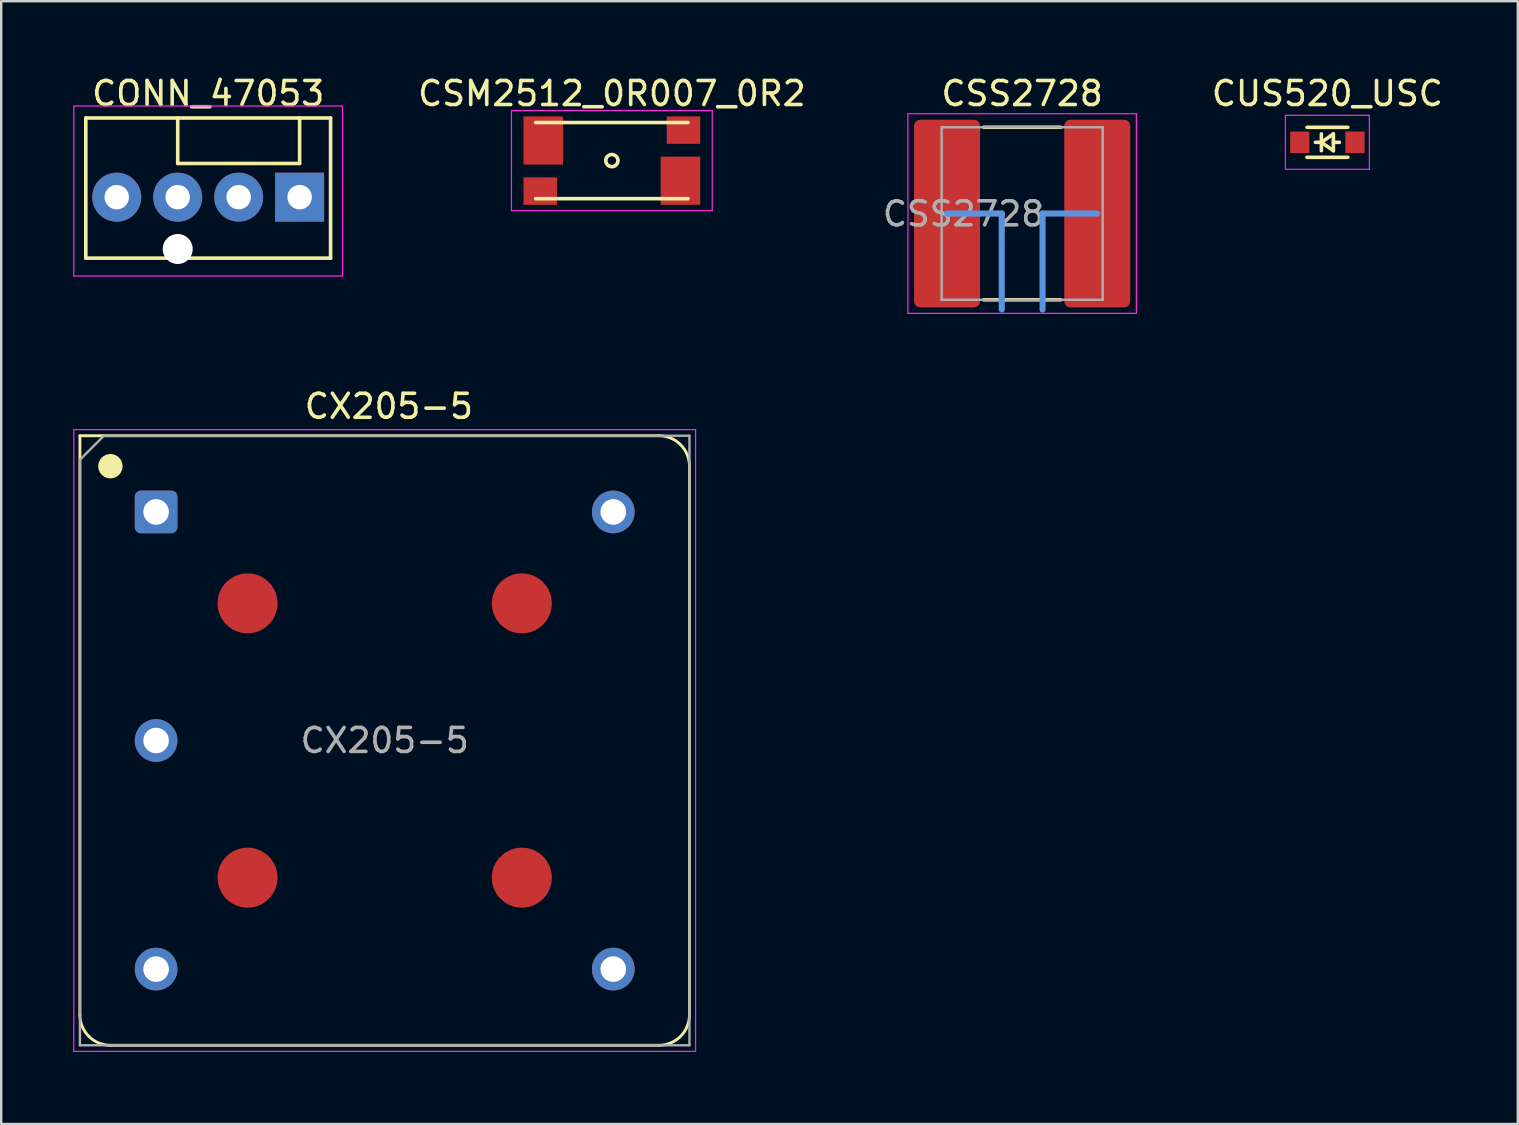
<source format=kicad_pcb>
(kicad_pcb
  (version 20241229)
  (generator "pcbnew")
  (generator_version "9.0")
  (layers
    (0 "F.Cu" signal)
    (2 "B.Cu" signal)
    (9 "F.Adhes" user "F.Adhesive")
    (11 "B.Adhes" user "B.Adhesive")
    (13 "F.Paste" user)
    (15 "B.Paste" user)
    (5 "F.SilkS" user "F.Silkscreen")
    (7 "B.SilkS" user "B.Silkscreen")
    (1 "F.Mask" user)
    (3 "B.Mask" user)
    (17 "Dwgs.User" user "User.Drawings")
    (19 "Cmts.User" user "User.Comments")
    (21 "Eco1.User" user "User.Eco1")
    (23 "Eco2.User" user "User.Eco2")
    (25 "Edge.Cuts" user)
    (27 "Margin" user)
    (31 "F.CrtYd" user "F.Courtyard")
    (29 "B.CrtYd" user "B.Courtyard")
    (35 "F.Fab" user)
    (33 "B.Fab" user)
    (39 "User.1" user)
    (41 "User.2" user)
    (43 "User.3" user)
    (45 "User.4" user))
  (footprint "CX205-5"
    (layer "F.Cu")
    (at 3.455 18.282)
    (property "Reference" "CX205-5" (at 9.7 -4.4 0) (layer "F.SilkS") (effects (font (size 1 1) (thickness 0.15))))
    (attr through_hole)
    (fp_line (start -3.175 -3.175) (end -3.175 20.955) (stroke (width 0.12) (type solid)) (layer "F.SilkS"))
    (fp_line (start -1.905 22.225) (end 20.955 22.225) (stroke (width 0.12) (type solid)) (layer "F.SilkS"))
    (fp_line (start 20.955 -3.175) (end -3.175 -3.175) (stroke (width 0.12) (type solid)) (layer "F.SilkS"))
    (fp_line (start 22.225 20.955) (end 22.225 -1.905) (stroke (width 0.12) (type solid)) (layer "F.SilkS"))
    (fp_arc (start -1.905 22.225) (mid -2.803026 21.853026) (end -3.175 20.955) (stroke (width 0.12) (type solid)) (layer "F.SilkS"))
    (fp_arc (start 20.955 -3.175) (mid 21.853026 -2.803026) (end 22.225 -1.905) (stroke (width 0.12) (type solid)) (layer "F.SilkS"))
    (fp_arc (start 22.225 20.955) (mid 21.853026 21.853026) (end 20.955 22.225) (stroke (width 0.12) (type solid)) (layer "F.SilkS"))
    (fp_circle (center -1.905 -1.905) (end -1.905 -1.651) (stroke (width 0.508) (type solid)) (fill no) (layer "F.SilkS"))
    (fp_line (start -3.43 -3.43) (end -3.43 22.48) (stroke (width 0.05) (type solid)) (layer "F.CrtYd"))
    (fp_line (start -3.43 22.48) (end 22.48 22.48) (stroke (width 0.05) (type solid)) (layer "F.CrtYd"))
    (fp_line (start 22.48 -3.43) (end -3.43 -3.43) (stroke (width 0.05) (type solid)) (layer "F.CrtYd"))
    (fp_line (start 22.48 22.48) (end 22.48 -3.43) (stroke (width 0.05) (type solid)) (layer "F.CrtYd"))
    (fp_line (start -3.175 -2.175) (end -3.175 22.225) (stroke (width 0.1) (type solid)) (layer "F.Fab"))
    (fp_line (start -3.175 22.225) (end 22.225 22.225) (stroke (width 0.1) (type solid)) (layer "F.Fab"))
    (fp_line (start -2.175 -3.175) (end -3.175 -2.175) (stroke (width 0.1) (type solid)) (layer "F.Fab"))
    (fp_line (start 22.225 -3.175) (end -2.175 -3.175) (stroke (width 0.1) (type solid)) (layer "F.Fab"))
    (fp_line (start 22.225 22.225) (end 22.225 -3.175) (stroke (width 0.1) (type solid)) (layer "F.Fab"))
    (fp_text user "${REFERENCE}" (at 9.525 9.525 0) (layer "F.Fab") (effects (font (size 1 1) (thickness 0.15))))
    (pad "1" thru_hole roundrect (at 0 0) (size 1.778 1.778) (drill 1.067) (layers "*.Cu" "*.Mask") (roundrect_rratio 0.141))
    (pad "2" thru_hole circle (at 0 9.525) (size 1.778 1.778) (drill 1.067) (layers "*.Cu" "*.Mask"))
    (pad "3" thru_hole circle (at 0 19.05) (size 1.778 1.778) (drill 1.067) (layers "*.Cu" "*.Mask"))
    (pad "4" thru_hole circle (at 19.05 19.05) (size 1.778 1.778) (drill 1.067) (layers "*.Cu" "*.Mask"))
    (pad "5" thru_hole circle (at 19.05 0) (size 1.778 1.778) (drill 1.067) (layers "*.Cu" "*.Mask"))
    (pad "~" smd circle (at 3.81 3.81) (size 2.5 2.5) (layers "F.Cu" "F.Mask"))
    (pad "~" smd circle (at 3.81 15.24) (size 2.5 2.5) (layers "F.Cu" "F.Mask"))
    (pad "~" smd circle (at 15.24 3.81) (size 2.5 2.5) (layers "F.Cu" "F.Mask"))
    (pad "~" smd circle (at 15.24 15.24) (size 2.5 2.5) (layers "F.Cu" "F.Mask")))
  (footprint "CSM2512_0R007_0R2"
    (layer "F.Cu")
    (at 22.446 3.642)
    (property "Reference" "CSM2512_0R007_0R2" (at 0 -2.794 0) (layer "F.SilkS") (effects (font (size 1 1) (thickness 0.15))))
    (attr through_hole)
    (fp_line (start 3.175 -1.587) (end -3.175 -1.587) (stroke (width 0.15) (type solid)) (layer "F.SilkS"))
    (fp_line (start 3.175 1.587) (end -3.175 1.587) (stroke (width 0.15) (type solid)) (layer "F.SilkS"))
    (fp_circle (center 0 0) (end 0.254 0) (stroke (width 0.15) (type solid)) (fill no) (layer "F.SilkS"))
    (fp_line (start -4.183 -2.087) (end -4.183 2.087) (stroke (width 0.05) (type solid)) (layer "F.CrtYd"))
    (fp_line (start -4.183 2.087) (end 4.183 2.087) (stroke (width 0.05) (type solid)) (layer "F.CrtYd"))
    (fp_line (start 4.183 -2.087) (end -4.183 -2.087) (stroke (width 0.05) (type solid)) (layer "F.CrtYd"))
    (fp_line (start 4.183 2.087) (end 4.183 -2.087) (stroke (width 0.05) (type solid)) (layer "F.CrtYd"))
    (pad "1" smd rect (at -2.857 -0.838) (size 1.651 2.007) (layers "F.Cu" "F.Mask" "F.Paste"))
    (pad "2" smd rect (at 2.857 0.838) (size 1.651 2.007) (layers "F.Cu" "F.Mask" "F.Paste"))
    (pad "3" smd rect (at -2.985 1.27) (size 1.397 1.143) (layers "F.Cu" "F.Mask" "F.Paste"))
    (pad "4" smd rect (at 2.985 -1.27) (size 1.397 1.143) (layers "F.Cu" "F.Mask" "F.Paste")))
  (footprint "CUS520_USC"
    (layer "F.Cu")
    (at 52.262 2.88)
    (property "Reference" "CUS520_USC" (at 0 -2.032 0) (layer "F.SilkS") (effects (font (size 1 1) (thickness 0.15))))
    (attr smd)
    (fp_line (start -0.85 -0.625) (end 0.85 -0.625) (stroke (width 0.15) (type solid)) (layer "F.SilkS"))
    (fp_line (start -0.85 0.625) (end 0.85 0.625) (stroke (width 0.15) (type solid)) (layer "F.SilkS"))
    (fp_line (start -0.25 -0.35) (end -0.25 0.35) (stroke (width 0.15) (type solid)) (layer "F.SilkS"))
    (fp_line (start -0.25 0) (end -0.5 0) (stroke (width 0.15) (type solid)) (layer "F.SilkS"))
    (fp_line (start -0.25 0) (end 0.25 -0.35) (stroke (width 0.15) (type solid)) (layer "F.SilkS"))
    (fp_line (start 0.25 -0.35) (end 0.25 0.35) (stroke (width 0.15) (type solid)) (layer "F.SilkS"))
    (fp_line (start 0.25 0) (end 0.5 0) (stroke (width 0.15) (type solid)) (layer "F.SilkS"))
    (fp_line (start 0.25 0.35) (end -0.25 0) (stroke (width 0.15) (type solid)) (layer "F.SilkS"))
    (fp_line (start -1.75 -1.125) (end -1.75 1.125) (stroke (width 0.05) (type solid)) (layer "F.CrtYd"))
    (fp_line (start -1.75 -1.125) (end 1.75 -1.125) (stroke (width 0.05) (type solid)) (layer "F.CrtYd"))
    (fp_line (start -1.75 1.125) (end 1.75 1.125) (stroke (width 0.05) (type solid)) (layer "F.CrtYd"))
    (fp_line (start 1.75 -1.125) (end 1.75 1.125) (stroke (width 0.05) (type solid)) (layer "F.CrtYd"))
    (pad "1" smd rect (at -1.15 0) (size 0.8 0.9) (layers "F.Cu" "F.Mask" "F.Paste"))
    (pad "2" smd rect (at 1.15 0) (size 0.8 0.9) (layers "F.Cu" "F.Mask" "F.Paste")))
  (footprint "CONN_47053"
    (layer "F.Cu")
    (at 5.625 5.166)
    (property "Reference" "CONN_47053" (at 0 -4.318 0) (layer "F.SilkS") (effects (font (size 1 1) (thickness 0.15))))
    (attr through_hole)
    (fp_line (start -5.1 -3.3) (end -5.1 2.54) (stroke (width 0.15) (type solid)) (layer "F.SilkS"))
    (fp_line (start -5.1 2.54) (end 5.1 2.54) (stroke (width 0.15) (type solid)) (layer "F.SilkS"))
    (fp_line (start -1.27 -3.3) (end -1.27 -1.405) (stroke (width 0.15) (type solid)) (layer "F.SilkS"))
    (fp_line (start -1.27 -1.405) (end 3.81 -1.405) (stroke (width 0.15) (type solid)) (layer "F.SilkS"))
    (fp_line (start 3.81 -1.405) (end 3.81 -3.3) (stroke (width 0.15) (type solid)) (layer "F.SilkS"))
    (fp_line (start 5.1 -3.3) (end -5.1 -3.3) (stroke (width 0.15) (type solid)) (layer "F.SilkS"))
    (fp_line (start 5.1 2.54) (end 5.1 -3.3) (stroke (width 0.15) (type solid)) (layer "F.SilkS"))
    (fp_line (start -5.6 -3.8) (end -5.6 3.285) (stroke (width 0.05) (type solid)) (layer "F.CrtYd"))
    (fp_line (start -5.6 3.285) (end 5.6 3.285) (stroke (width 0.05) (type solid)) (layer "F.CrtYd"))
    (fp_line (start 5.6 -3.8) (end -5.6 -3.8) (stroke (width 0.05) (type solid)) (layer "F.CrtYd"))
    (fp_line (start 5.6 3.285) (end 5.6 -3.8) (stroke (width 0.05) (type solid)) (layer "F.CrtYd"))
    (pad "" np_thru_hole circle (at -1.27 2.16) (size 1.25 1.25) (drill 1.25) (layers "*.Cu" "*.Mask"))
    (pad "1" thru_hole rect (at 3.81 0) (size 2.04 2.04) (drill 1.02) (layers "*.Cu" "*.Mask"))
    (pad "2" thru_hole circle (at 1.27 0) (size 2.04 2.04) (drill 1.02) (layers "*.Cu" "*.Mask"))
    (pad "3" thru_hole circle (at -1.27 0) (size 2.04 2.04) (drill 1.02) (layers "*.Cu" "*.Mask"))
    (pad "4" thru_hole circle (at -3.81 0) (size 2.04 2.04) (drill 1.02) (layers "*.Cu" "*.Mask")))
  (footprint "CSS2728"
    (layer "F.Cu")
    (at 39.543 5.848)
    (property "Reference" "CSS2728" (at 0 -5 0) (layer "F.SilkS") (effects (font (size 1 1) (thickness 0.15))))
    (attr smd)
    (fp_line (start -1.6 3.595) (end 1.6 3.595) (stroke (width 0.15) (type solid)) (layer "F.SilkS"))
    (fp_line (start 1.6 -3.595) (end -1.6 -3.595) (stroke (width 0.15) (type solid)) (layer "F.SilkS"))
    (fp_line (start -3.13 0) (end -0.85 0) (stroke (width 0.254) (type default)) (layer "Cmts.User"))
    (fp_line (start -0.85 0) (end -0.85 4) (stroke (width 0.254) (type default)) (layer "Cmts.User"))
    (fp_line (start 0.85 0) (end 0.85 4) (stroke (width 0.254) (type default)) (layer "Cmts.User"))
    (fp_line (start 0.85 0) (end 3.13 0) (stroke (width 0.254) (type default)) (layer "Cmts.User"))
    (fp_line (start -4.76 -4.16) (end 4.76 -4.16) (stroke (width 0.05) (type solid)) (layer "F.CrtYd"))
    (fp_line (start -4.76 4.16) (end -4.76 -4.16) (stroke (width 0.05) (type solid)) (layer "F.CrtYd"))
    (fp_line (start 4.76 -4.16) (end 4.76 4.16) (stroke (width 0.05) (type solid)) (layer "F.CrtYd"))
    (fp_line (start 4.76 4.16) (end -4.76 4.16) (stroke (width 0.05) (type solid)) (layer "F.CrtYd"))
    (fp_line (start -3.355 -3.595) (end -3.355 3.595) (stroke (width 0.1) (type default)) (layer "F.Fab"))
    (fp_line (start -3.355 3.595) (end 3.355 3.595) (stroke (width 0.1) (type default)) (layer "F.Fab"))
    (fp_line (start 3.355 -3.595) (end -3.355 -3.595) (stroke (width 0.1) (type default)) (layer "F.Fab"))
    (fp_line (start 3.355 3.595) (end 3.355 -3.595) (stroke (width 0.1) (type default)) (layer "F.Fab"))
    (fp_text user "${REFERENCE}" (at -5.9 0.6 0) (unlocked yes) (layer "F.Fab") (effects (font (size 1 1) (thickness 0.15)) (justify left bottom)))
    (pad "1" smd roundrect (at -3.13 0) (size 2.75 7.82) (layers "F.Cu" "F.Mask" "F.Paste") (roundrect_rratio 0.091))
    (pad "2" smd roundrect (at 3.13 0) (size 2.75 7.82) (layers "F.Cu" "F.Mask" "F.Paste") (roundrect_rratio 0.091)))
  (gr_rect
    (start -3 -3)
    (end 60.197 43.786)
    (stroke (width 0.1) (type default))
    (fill no)
    (layer "Edge.Cuts")))
</source>
